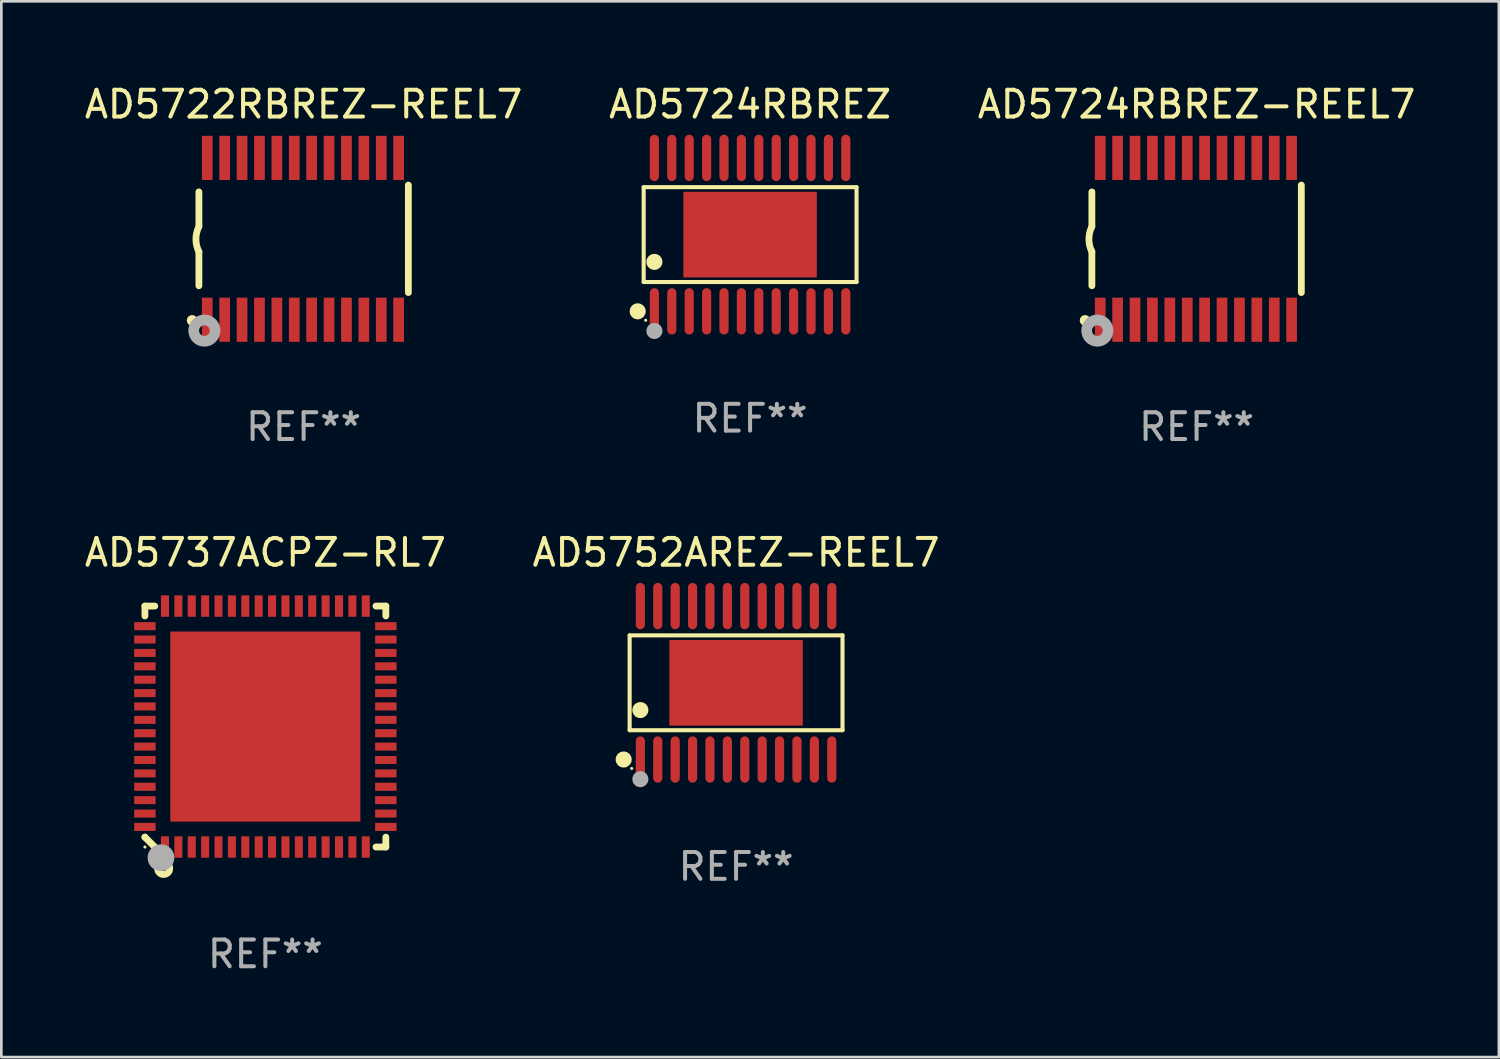
<source format=kicad_pcb>
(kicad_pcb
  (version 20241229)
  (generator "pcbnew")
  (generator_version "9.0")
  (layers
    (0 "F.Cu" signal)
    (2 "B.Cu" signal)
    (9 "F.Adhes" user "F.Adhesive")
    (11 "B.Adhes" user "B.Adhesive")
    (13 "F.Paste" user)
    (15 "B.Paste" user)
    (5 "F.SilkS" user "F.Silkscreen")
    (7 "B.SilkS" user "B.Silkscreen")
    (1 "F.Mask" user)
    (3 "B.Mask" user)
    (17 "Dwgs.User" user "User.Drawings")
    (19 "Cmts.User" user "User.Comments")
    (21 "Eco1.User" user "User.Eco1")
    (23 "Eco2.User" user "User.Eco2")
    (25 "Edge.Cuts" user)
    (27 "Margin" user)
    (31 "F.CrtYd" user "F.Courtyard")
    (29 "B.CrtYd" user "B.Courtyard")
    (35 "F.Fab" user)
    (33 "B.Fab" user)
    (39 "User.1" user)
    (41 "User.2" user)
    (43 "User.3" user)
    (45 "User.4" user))
  (footprint "AD5724RBREZ-REEL7"
    (layer "F.Cu")
    (at 41.649 5.871)
    (property "Reference" "AD5724RBREZ-REEL7" (at 0 -5.023 0) (layer "F.SilkS") (effects (font (size 1 1) (thickness 0.15))))
    (attr through_hole)
    (fp_line (start -3.912 -0.483) (end -3.912 -1.753) (stroke (width 0.254) (type solid)) (layer "F.SilkS"))
    (fp_line (start -3.912 1.753) (end -3.912 0.483) (stroke (width 0.254) (type solid)) (layer "F.SilkS"))
    (fp_line (start 3.912 -2.007) (end 3.912 2.007) (stroke (width 0.254) (type solid)) (layer "F.SilkS"))
    (fp_arc (start -3.911608 0.482601) (mid -4.022537 0.0127) (end -3.911608 -0.457201) (stroke (width 0.254001) (type solid)) (layer "F.SilkS"))
    (fp_circle (center -4.166 3.048) (end -4.066 3.048) (stroke (width 0.2) (type solid)) (fill no) (layer "F.SilkS"))
    (fp_circle (center -3.925 3.186) (end -3.895 3.186) (stroke (width 0.06) (type solid)) (fill no) (layer "F.SilkS"))
    (fp_circle (center -3.708 3.429) (end -3.509 3.429) (stroke (width 0.4) (type solid)) (fill no) (layer "F.Fab"))
    (fp_text user "REF**" (at 0 7.023 0) (layer "F.Fab") (effects (font (size 1 1) (thickness 0.15))))
    (pad "1" smd rect (at -3.6 3.023) (size 0.4 1.65) (layers "F.Cu" "F.Mask" "F.Paste"))
    (pad "2" smd rect (at -2.95 3.023) (size 0.4 1.65) (layers "F.Cu" "F.Mask" "F.Paste"))
    (pad "3" smd rect (at -2.3 3.023) (size 0.4 1.65) (layers "F.Cu" "F.Mask" "F.Paste"))
    (pad "4" smd rect (at -1.65 3.023) (size 0.4 1.65) (layers "F.Cu" "F.Mask" "F.Paste"))
    (pad "5" smd rect (at -1 3.023) (size 0.4 1.65) (layers "F.Cu" "F.Mask" "F.Paste"))
    (pad "6" smd rect (at -0.35 3.023) (size 0.4 1.65) (layers "F.Cu" "F.Mask" "F.Paste"))
    (pad "7" smd rect (at 0.299 3.023) (size 0.4 1.65) (layers "F.Cu" "F.Mask" "F.Paste"))
    (pad "8" smd rect (at 0.95 3.023) (size 0.4 1.65) (layers "F.Cu" "F.Mask" "F.Paste"))
    (pad "9" smd rect (at 1.6 3.023) (size 0.4 1.65) (layers "F.Cu" "F.Mask" "F.Paste"))
    (pad "10" smd rect (at 2.25 3.023) (size 0.4 1.65) (layers "F.Cu" "F.Mask" "F.Paste"))
    (pad "11" smd rect (at 2.9 3.023) (size 0.4 1.65) (layers "F.Cu" "F.Mask" "F.Paste"))
    (pad "12" smd rect (at 3.549 3.023) (size 0.4 1.65) (layers "F.Cu" "F.Mask" "F.Paste"))
    (pad "13" smd rect (at 3.549 -3.023) (size 0.4 1.65) (layers "F.Cu" "F.Mask" "F.Paste"))
    (pad "14" smd rect (at 2.9 -3.023) (size 0.4 1.65) (layers "F.Cu" "F.Mask" "F.Paste"))
    (pad "15" smd rect (at 2.25 -3.023) (size 0.4 1.65) (layers "F.Cu" "F.Mask" "F.Paste"))
    (pad "16" smd rect (at 1.6 -3.023) (size 0.4 1.65) (layers "F.Cu" "F.Mask" "F.Paste"))
    (pad "17" smd rect (at 0.95 -3.023) (size 0.4 1.65) (layers "F.Cu" "F.Mask" "F.Paste"))
    (pad "18" smd rect (at 0.299 -3.023) (size 0.4 1.65) (layers "F.Cu" "F.Mask" "F.Paste"))
    (pad "19" smd rect (at -0.35 -3.023) (size 0.4 1.65) (layers "F.Cu" "F.Mask" "F.Paste"))
    (pad "20" smd rect (at -1 -3.023) (size 0.4 1.65) (layers "F.Cu" "F.Mask" "F.Paste"))
    (pad "21" smd rect (at -1.65 -3.023) (size 0.4 1.65) (layers "F.Cu" "F.Mask" "F.Paste"))
    (pad "22" smd rect (at -2.3 -3.023) (size 0.4 1.65) (layers "F.Cu" "F.Mask" "F.Paste"))
    (pad "23" smd rect (at -2.95 -3.023) (size 0.4 1.65) (layers "F.Cu" "F.Mask" "F.Paste"))
    (pad "24" smd rect (at -3.6 -3.023) (size 0.4 1.65) (layers "F.Cu" "F.Mask" "F.Paste")))
  (footprint "AD5724RBREZ"
    (layer "F.Cu")
    (at 24.97 5.714)
    (property "Reference" "AD5724RBREZ" (at 0 -4.866 0) (layer "F.SilkS") (effects (font (size 1 1) (thickness 0.15))))
    (attr through_hole)
    (fp_line (start -3.976 -1.772) (end 3.976 -1.772) (stroke (width 0.152) (type solid)) (layer "F.SilkS"))
    (fp_line (start -3.976 1.771) (end -3.976 -1.772) (stroke (width 0.152) (type solid)) (layer "F.SilkS"))
    (fp_line (start 3.976 -1.772) (end 3.976 1.771) (stroke (width 0.152) (type solid)) (layer "F.SilkS"))
    (fp_line (start 3.976 1.771) (end -3.976 1.771) (stroke (width 0.152) (type solid)) (layer "F.SilkS"))
    (fp_circle (center -4.199 2.866) (end -4.049 2.866) (stroke (width 0.3) (type solid)) (fill no) (layer "F.SilkS"))
    (fp_circle (center -3.9 3.2) (end -3.87 3.2) (stroke (width 0.06) (type solid)) (fill no) (layer "F.SilkS"))
    (fp_circle (center -3.575 1.019) (end -3.425 1.019) (stroke (width 0.3) (type solid)) (fill no) (layer "F.SilkS"))
    (fp_circle (center -3.575 3.6) (end -3.425 3.6) (stroke (width 0.3) (type solid)) (fill no) (layer "F.Fab"))
    (fp_text user "REF**" (at 0 6.866 0) (layer "F.Fab") (effects (font (size 1 1) (thickness 0.15))))
    (pad "1" smd oval (at -3.575 2.866) (size 0.343 1.731) (layers "F.Cu" "F.Mask" "F.Paste"))
    (pad "2" smd oval (at -2.925 2.866) (size 0.343 1.731) (layers "F.Cu" "F.Mask" "F.Paste"))
    (pad "3" smd oval (at -2.275 2.866) (size 0.343 1.731) (layers "F.Cu" "F.Mask" "F.Paste"))
    (pad "4" smd oval (at -1.625 2.866) (size 0.343 1.731) (layers "F.Cu" "F.Mask" "F.Paste"))
    (pad "5" smd oval (at -0.975 2.866) (size 0.343 1.731) (layers "F.Cu" "F.Mask" "F.Paste"))
    (pad "6" smd oval (at -0.325 2.866) (size 0.343 1.731) (layers "F.Cu" "F.Mask" "F.Paste"))
    (pad "7" smd oval (at 0.325 2.866) (size 0.343 1.731) (layers "F.Cu" "F.Mask" "F.Paste"))
    (pad "8" smd oval (at 0.975 2.866) (size 0.343 1.731) (layers "F.Cu" "F.Mask" "F.Paste"))
    (pad "9" smd oval (at 1.625 2.866) (size 0.343 1.731) (layers "F.Cu" "F.Mask" "F.Paste"))
    (pad "10" smd oval (at 2.275 2.866) (size 0.343 1.731) (layers "F.Cu" "F.Mask" "F.Paste"))
    (pad "11" smd oval (at 2.925 2.866) (size 0.343 1.731) (layers "F.Cu" "F.Mask" "F.Paste"))
    (pad "12" smd oval (at 3.575 2.866) (size 0.343 1.731) (layers "F.Cu" "F.Mask" "F.Paste"))
    (pad "13" smd oval (at 3.575 -2.866) (size 0.343 1.731) (layers "F.Cu" "F.Mask" "F.Paste"))
    (pad "14" smd oval (at 2.925 -2.866) (size 0.343 1.731) (layers "F.Cu" "F.Mask" "F.Paste"))
    (pad "15" smd oval (at 2.275 -2.866) (size 0.343 1.731) (layers "F.Cu" "F.Mask" "F.Paste"))
    (pad "16" smd oval (at 1.625 -2.866) (size 0.343 1.731) (layers "F.Cu" "F.Mask" "F.Paste"))
    (pad "17" smd oval (at 0.975 -2.866) (size 0.343 1.731) (layers "F.Cu" "F.Mask" "F.Paste"))
    (pad "18" smd oval (at 0.325 -2.866) (size 0.343 1.731) (layers "F.Cu" "F.Mask" "F.Paste"))
    (pad "19" smd oval (at -0.325 -2.866) (size 0.343 1.731) (layers "F.Cu" "F.Mask" "F.Paste"))
    (pad "20" smd oval (at -0.975 -2.866) (size 0.343 1.731) (layers "F.Cu" "F.Mask" "F.Paste"))
    (pad "21" smd oval (at -1.625 -2.866) (size 0.343 1.731) (layers "F.Cu" "F.Mask" "F.Paste"))
    (pad "22" smd oval (at -2.275 -2.866) (size 0.343 1.731) (layers "F.Cu" "F.Mask" "F.Paste"))
    (pad "23" smd oval (at -2.925 -2.866) (size 0.343 1.731) (layers "F.Cu" "F.Mask" "F.Paste"))
    (pad "24" smd oval (at -3.575 -2.866) (size 0.343 1.731) (layers "F.Cu" "F.Mask" "F.Paste"))
    (pad "25" smd rect (at 0 -0.000127) (size 4.985 3.2) (layers "F.Cu" "F.Mask" "F.Paste")))
  (footprint "AD5737ACPZ-RL7"
    (layer "F.Cu")
    (at 6.863 24.09)
    (property "Reference" "AD5737ACPZ-RL7" (at 0 -6.5 0) (layer "F.SilkS") (effects (font (size 1 1) (thickness 0.15))))
    (attr through_hole)
    (fp_line (start -4.5 -4.5) (end -4.5 -4.131) (stroke (width 0.254) (type solid)) (layer "F.SilkS"))
    (fp_line (start -4.5 4.131) (end -4.5 4.131) (stroke (width 0.254) (type solid)) (layer "F.SilkS"))
    (fp_line (start -4.5 4.131) (end -4.131 4.5) (stroke (width 0.254) (type solid)) (layer "F.SilkS"))
    (fp_line (start -4.131 -4.5) (end -4.5 -4.5) (stroke (width 0.254) (type solid)) (layer "F.SilkS"))
    (fp_line (start 4.131 4.5) (end 4.5 4.5) (stroke (width 0.254) (type solid)) (layer "F.SilkS"))
    (fp_line (start 4.5 -4.5) (end 4.131 -4.5) (stroke (width 0.254) (type solid)) (layer "F.SilkS"))
    (fp_line (start 4.5 -4.131) (end 4.5 -4.5) (stroke (width 0.254) (type solid)) (layer "F.SilkS"))
    (fp_line (start 4.5 4.5) (end 4.5 4.131) (stroke (width 0.254) (type solid)) (layer "F.SilkS"))
    (fp_circle (center -4.5 4.5) (end -4.47 4.5) (stroke (width 0.06) (type solid)) (fill no) (layer "F.SilkS"))
    (fp_circle (center -3.8 5.3) (end -3.7 5.3) (stroke (width 0.254) (type solid)) (fill no) (layer "F.SilkS"))
    (fp_circle (center -3.9 4.9) (end -3.65 4.9) (stroke (width 0.5) (type solid)) (fill no) (layer "F.Fab"))
    (fp_text user "REF**" (at 0 8.5 0) (layer "F.Fab") (effects (font (size 1 1) (thickness 0.15))))
    (pad "1" smd rect (at -3.75 4.5) (size 0.3 0.8) (layers "F.Cu" "F.Mask" "F.Paste"))
    (pad "2" smd rect (at -3.25 4.5) (size 0.3 0.8) (layers "F.Cu" "F.Mask" "F.Paste"))
    (pad "3" smd rect (at -2.75 4.5) (size 0.3 0.8) (layers "F.Cu" "F.Mask" "F.Paste"))
    (pad "4" smd rect (at -2.25 4.5) (size 0.3 0.8) (layers "F.Cu" "F.Mask" "F.Paste"))
    (pad "5" smd rect (at -1.75 4.5) (size 0.3 0.8) (layers "F.Cu" "F.Mask" "F.Paste"))
    (pad "6" smd rect (at -1.25 4.5) (size 0.3 0.8) (layers "F.Cu" "F.Mask" "F.Paste"))
    (pad "7" smd rect (at -0.75 4.5) (size 0.3 0.8) (layers "F.Cu" "F.Mask" "F.Paste"))
    (pad "8" smd rect (at -0.25 4.5) (size 0.3 0.8) (layers "F.Cu" "F.Mask" "F.Paste"))
    (pad "9" smd rect (at 0.25 4.5) (size 0.3 0.8) (layers "F.Cu" "F.Mask" "F.Paste"))
    (pad "10" smd rect (at 0.75 4.5) (size 0.3 0.8) (layers "F.Cu" "F.Mask" "F.Paste"))
    (pad "11" smd rect (at 1.25 4.5) (size 0.3 0.8) (layers "F.Cu" "F.Mask" "F.Paste"))
    (pad "12" smd rect (at 1.75 4.5) (size 0.3 0.8) (layers "F.Cu" "F.Mask" "F.Paste"))
    (pad "13" smd rect (at 2.25 4.5) (size 0.3 0.8) (layers "F.Cu" "F.Mask" "F.Paste"))
    (pad "14" smd rect (at 2.75 4.5) (size 0.3 0.8) (layers "F.Cu" "F.Mask" "F.Paste"))
    (pad "15" smd rect (at 3.25 4.5) (size 0.3 0.8) (layers "F.Cu" "F.Mask" "F.Paste"))
    (pad "16" smd rect (at 3.75 4.5) (size 0.3 0.8) (layers "F.Cu" "F.Mask" "F.Paste"))
    (pad "17" smd rect (at 4.5 3.75) (size 0.8 0.3) (layers "F.Cu" "F.Mask" "F.Paste"))
    (pad "18" smd rect (at 4.5 3.25) (size 0.8 0.3) (layers "F.Cu" "F.Mask" "F.Paste"))
    (pad "19" smd rect (at 4.5 2.75) (size 0.8 0.3) (layers "F.Cu" "F.Mask" "F.Paste"))
    (pad "20" smd rect (at 4.5 2.25) (size 0.8 0.3) (layers "F.Cu" "F.Mask" "F.Paste"))
    (pad "21" smd rect (at 4.5 1.75) (size 0.8 0.3) (layers "F.Cu" "F.Mask" "F.Paste"))
    (pad "22" smd rect (at 4.5 1.25) (size 0.8 0.3) (layers "F.Cu" "F.Mask" "F.Paste"))
    (pad "23" smd rect (at 4.5 0.75) (size 0.8 0.3) (layers "F.Cu" "F.Mask" "F.Paste"))
    (pad "24" smd rect (at 4.5 0.25) (size 0.8 0.3) (layers "F.Cu" "F.Mask" "F.Paste"))
    (pad "25" smd rect (at 4.5 -0.25) (size 0.8 0.3) (layers "F.Cu" "F.Mask" "F.Paste"))
    (pad "26" smd rect (at 4.5 -0.75) (size 0.8 0.3) (layers "F.Cu" "F.Mask" "F.Paste"))
    (pad "27" smd rect (at 4.5 -1.25) (size 0.8 0.3) (layers "F.Cu" "F.Mask" "F.Paste"))
    (pad "28" smd rect (at 4.5 -1.75) (size 0.8 0.3) (layers "F.Cu" "F.Mask" "F.Paste"))
    (pad "29" smd rect (at 4.5 -2.25) (size 0.8 0.3) (layers "F.Cu" "F.Mask" "F.Paste"))
    (pad "30" smd rect (at 4.5 -2.75) (size 0.8 0.3) (layers "F.Cu" "F.Mask" "F.Paste"))
    (pad "31" smd rect (at 4.5 -3.25) (size 0.8 0.3) (layers "F.Cu" "F.Mask" "F.Paste"))
    (pad "32" smd rect (at 4.5 -3.75) (size 0.8 0.3) (layers "F.Cu" "F.Mask" "F.Paste"))
    (pad "33" smd rect (at 3.75 -4.5) (size 0.3 0.8) (layers "F.Cu" "F.Mask" "F.Paste"))
    (pad "34" smd rect (at 3.25 -4.5) (size 0.3 0.8) (layers "F.Cu" "F.Mask" "F.Paste"))
    (pad "35" smd rect (at 2.75 -4.5) (size 0.3 0.8) (layers "F.Cu" "F.Mask" "F.Paste"))
    (pad "36" smd rect (at 2.25 -4.5) (size 0.3 0.8) (layers "F.Cu" "F.Mask" "F.Paste"))
    (pad "37" smd rect (at 1.75 -4.5) (size 0.3 0.8) (layers "F.Cu" "F.Mask" "F.Paste"))
    (pad "38" smd rect (at 1.25 -4.5) (size 0.3 0.8) (layers "F.Cu" "F.Mask" "F.Paste"))
    (pad "39" smd rect (at 0.75 -4.5) (size 0.3 0.8) (layers "F.Cu" "F.Mask" "F.Paste"))
    (pad "40" smd rect (at 0.25 -4.5) (size 0.3 0.8) (layers "F.Cu" "F.Mask" "F.Paste"))
    (pad "41" smd rect (at -0.25 -4.5) (size 0.3 0.8) (layers "F.Cu" "F.Mask" "F.Paste"))
    (pad "42" smd rect (at -0.75 -4.5) (size 0.3 0.8) (layers "F.Cu" "F.Mask" "F.Paste"))
    (pad "43" smd rect (at -1.25 -4.5) (size 0.3 0.8) (layers "F.Cu" "F.Mask" "F.Paste"))
    (pad "44" smd rect (at -1.75 -4.5) (size 0.3 0.8) (layers "F.Cu" "F.Mask" "F.Paste"))
    (pad "45" smd rect (at -2.25 -4.5) (size 0.3 0.8) (layers "F.Cu" "F.Mask" "F.Paste"))
    (pad "46" smd rect (at -2.75 -4.5) (size 0.3 0.8) (layers "F.Cu" "F.Mask" "F.Paste"))
    (pad "47" smd rect (at -3.25 -4.5) (size 0.3 0.8) (layers "F.Cu" "F.Mask" "F.Paste"))
    (pad "48" smd rect (at -3.75 -4.5) (size 0.3 0.8) (layers "F.Cu" "F.Mask" "F.Paste"))
    (pad "49" smd rect (at -4.5 -3.75) (size 0.8 0.3) (layers "F.Cu" "F.Mask" "F.Paste"))
    (pad "50" smd rect (at -4.5 -3.25) (size 0.8 0.3) (layers "F.Cu" "F.Mask" "F.Paste"))
    (pad "51" smd rect (at -4.5 -2.75) (size 0.8 0.3) (layers "F.Cu" "F.Mask" "F.Paste"))
    (pad "52" smd rect (at -4.5 -2.25) (size 0.8 0.3) (layers "F.Cu" "F.Mask" "F.Paste"))
    (pad "53" smd rect (at -4.5 -1.75) (size 0.8 0.3) (layers "F.Cu" "F.Mask" "F.Paste"))
    (pad "54" smd rect (at -4.5 -1.25) (size 0.8 0.3) (layers "F.Cu" "F.Mask" "F.Paste"))
    (pad "55" smd rect (at -4.5 -0.75) (size 0.8 0.3) (layers "F.Cu" "F.Mask" "F.Paste"))
    (pad "56" smd rect (at -4.5 -0.25) (size 0.8 0.3) (layers "F.Cu" "F.Mask" "F.Paste"))
    (pad "57" smd rect (at -4.5 0.25) (size 0.8 0.3) (layers "F.Cu" "F.Mask" "F.Paste"))
    (pad "58" smd rect (at -4.5 0.75) (size 0.8 0.3) (layers "F.Cu" "F.Mask" "F.Paste"))
    (pad "59" smd rect (at -4.5 1.25) (size 0.8 0.3) (layers "F.Cu" "F.Mask" "F.Paste"))
    (pad "60" smd rect (at -4.5 1.75) (size 0.8 0.3) (layers "F.Cu" "F.Mask" "F.Paste"))
    (pad "61" smd rect (at -4.5 2.25) (size 0.8 0.3) (layers "F.Cu" "F.Mask" "F.Paste"))
    (pad "62" smd rect (at -4.5 2.75) (size 0.8 0.3) (layers "F.Cu" "F.Mask" "F.Paste"))
    (pad "63" smd rect (at -4.5 3.25) (size 0.8 0.3) (layers "F.Cu" "F.Mask" "F.Paste"))
    (pad "64" smd rect (at -4.5 3.75) (size 0.8 0.3) (layers "F.Cu" "F.Mask" "F.Paste"))
    (pad "65" smd rect (at -0.001 0.001) (size 7.1 7.1) (layers "F.Cu" "F.Mask" "F.Paste")))
  (footprint "AD5722RBREZ-REEL7"
    (layer "F.Cu")
    (at 8.292 5.871)
    (property "Reference" "AD5722RBREZ-REEL7" (at 0 -5.023 0) (layer "F.SilkS") (effects (font (size 1 1) (thickness 0.15))))
    (attr through_hole)
    (fp_line (start -3.912 -0.483) (end -3.912 -1.753) (stroke (width 0.254) (type solid)) (layer "F.SilkS"))
    (fp_line (start -3.912 1.753) (end -3.912 0.483) (stroke (width 0.254) (type solid)) (layer "F.SilkS"))
    (fp_line (start 3.912 -2.007) (end 3.912 2.007) (stroke (width 0.254) (type solid)) (layer "F.SilkS"))
    (fp_arc (start -3.911608 0.482601) (mid -4.022537 0.0127) (end -3.911608 -0.457201) (stroke (width 0.254001) (type solid)) (layer "F.SilkS"))
    (fp_circle (center -4.166 3.048) (end -4.066 3.048) (stroke (width 0.2) (type solid)) (fill no) (layer "F.SilkS"))
    (fp_circle (center -3.925 3.186) (end -3.895 3.186) (stroke (width 0.06) (type solid)) (fill no) (layer "F.SilkS"))
    (fp_circle (center -3.708 3.429) (end -3.509 3.429) (stroke (width 0.4) (type solid)) (fill no) (layer "F.Fab"))
    (fp_text user "REF**" (at 0 7.023 0) (layer "F.Fab") (effects (font (size 1 1) (thickness 0.15))))
    (pad "1" smd rect (at -3.6 3.023) (size 0.4 1.65) (layers "F.Cu" "F.Mask" "F.Paste"))
    (pad "2" smd rect (at -2.95 3.023) (size 0.4 1.65) (layers "F.Cu" "F.Mask" "F.Paste"))
    (pad "3" smd rect (at -2.3 3.023) (size 0.4 1.65) (layers "F.Cu" "F.Mask" "F.Paste"))
    (pad "4" smd rect (at -1.65 3.023) (size 0.4 1.65) (layers "F.Cu" "F.Mask" "F.Paste"))
    (pad "5" smd rect (at -1 3.023) (size 0.4 1.65) (layers "F.Cu" "F.Mask" "F.Paste"))
    (pad "6" smd rect (at -0.35 3.023) (size 0.4 1.65) (layers "F.Cu" "F.Mask" "F.Paste"))
    (pad "7" smd rect (at 0.299 3.023) (size 0.4 1.65) (layers "F.Cu" "F.Mask" "F.Paste"))
    (pad "8" smd rect (at 0.95 3.023) (size 0.4 1.65) (layers "F.Cu" "F.Mask" "F.Paste"))
    (pad "9" smd rect (at 1.6 3.023) (size 0.4 1.65) (layers "F.Cu" "F.Mask" "F.Paste"))
    (pad "10" smd rect (at 2.25 3.023) (size 0.4 1.65) (layers "F.Cu" "F.Mask" "F.Paste"))
    (pad "11" smd rect (at 2.9 3.023) (size 0.4 1.65) (layers "F.Cu" "F.Mask" "F.Paste"))
    (pad "12" smd rect (at 3.549 3.023) (size 0.4 1.65) (layers "F.Cu" "F.Mask" "F.Paste"))
    (pad "13" smd rect (at 3.549 -3.023) (size 0.4 1.65) (layers "F.Cu" "F.Mask" "F.Paste"))
    (pad "14" smd rect (at 2.9 -3.023) (size 0.4 1.65) (layers "F.Cu" "F.Mask" "F.Paste"))
    (pad "15" smd rect (at 2.25 -3.023) (size 0.4 1.65) (layers "F.Cu" "F.Mask" "F.Paste"))
    (pad "16" smd rect (at 1.6 -3.023) (size 0.4 1.65) (layers "F.Cu" "F.Mask" "F.Paste"))
    (pad "17" smd rect (at 0.95 -3.023) (size 0.4 1.65) (layers "F.Cu" "F.Mask" "F.Paste"))
    (pad "18" smd rect (at 0.299 -3.023) (size 0.4 1.65) (layers "F.Cu" "F.Mask" "F.Paste"))
    (pad "19" smd rect (at -0.35 -3.023) (size 0.4 1.65) (layers "F.Cu" "F.Mask" "F.Paste"))
    (pad "20" smd rect (at -1 -3.023) (size 0.4 1.65) (layers "F.Cu" "F.Mask" "F.Paste"))
    (pad "21" smd rect (at -1.65 -3.023) (size 0.4 1.65) (layers "F.Cu" "F.Mask" "F.Paste"))
    (pad "22" smd rect (at -2.3 -3.023) (size 0.4 1.65) (layers "F.Cu" "F.Mask" "F.Paste"))
    (pad "23" smd rect (at -2.95 -3.023) (size 0.4 1.65) (layers "F.Cu" "F.Mask" "F.Paste"))
    (pad "24" smd rect (at -3.6 -3.023) (size 0.4 1.65) (layers "F.Cu" "F.Mask" "F.Paste")))
  (footprint "AD5752AREZ-REEL7"
    (layer "F.Cu")
    (at 24.446 22.456)
    (property "Reference" "AD5752AREZ-REEL7" (at 0 -4.866 0) (layer "F.SilkS") (effects (font (size 1 1) (thickness 0.15))))
    (attr through_hole)
    (fp_line (start -3.976 -1.772) (end 3.976 -1.772) (stroke (width 0.152) (type solid)) (layer "F.SilkS"))
    (fp_line (start -3.976 1.771) (end -3.976 -1.772) (stroke (width 0.152) (type solid)) (layer "F.SilkS"))
    (fp_line (start 3.976 -1.772) (end 3.976 1.771) (stroke (width 0.152) (type solid)) (layer "F.SilkS"))
    (fp_line (start 3.976 1.771) (end -3.976 1.771) (stroke (width 0.152) (type solid)) (layer "F.SilkS"))
    (fp_circle (center -4.199 2.866) (end -4.049 2.866) (stroke (width 0.3) (type solid)) (fill no) (layer "F.SilkS"))
    (fp_circle (center -3.9 3.2) (end -3.87 3.2) (stroke (width 0.06) (type solid)) (fill no) (layer "F.SilkS"))
    (fp_circle (center -3.575 1.019) (end -3.425 1.019) (stroke (width 0.3) (type solid)) (fill no) (layer "F.SilkS"))
    (fp_circle (center -3.575 3.6) (end -3.425 3.6) (stroke (width 0.3) (type solid)) (fill no) (layer "F.Fab"))
    (fp_text user "REF**" (at 0 6.866 0) (layer "F.Fab") (effects (font (size 1 1) (thickness 0.15))))
    (pad "1" smd oval (at -3.575 2.866) (size 0.343 1.731) (layers "F.Cu" "F.Mask" "F.Paste"))
    (pad "2" smd oval (at -2.925 2.866) (size 0.343 1.731) (layers "F.Cu" "F.Mask" "F.Paste"))
    (pad "3" smd oval (at -2.275 2.866) (size 0.343 1.731) (layers "F.Cu" "F.Mask" "F.Paste"))
    (pad "4" smd oval (at -1.625 2.866) (size 0.343 1.731) (layers "F.Cu" "F.Mask" "F.Paste"))
    (pad "5" smd oval (at -0.975 2.866) (size 0.343 1.731) (layers "F.Cu" "F.Mask" "F.Paste"))
    (pad "6" smd oval (at -0.325 2.866) (size 0.343 1.731) (layers "F.Cu" "F.Mask" "F.Paste"))
    (pad "7" smd oval (at 0.325 2.866) (size 0.343 1.731) (layers "F.Cu" "F.Mask" "F.Paste"))
    (pad "8" smd oval (at 0.975 2.866) (size 0.343 1.731) (layers "F.Cu" "F.Mask" "F.Paste"))
    (pad "9" smd oval (at 1.625 2.866) (size 0.343 1.731) (layers "F.Cu" "F.Mask" "F.Paste"))
    (pad "10" smd oval (at 2.275 2.866) (size 0.343 1.731) (layers "F.Cu" "F.Mask" "F.Paste"))
    (pad "11" smd oval (at 2.925 2.866) (size 0.343 1.731) (layers "F.Cu" "F.Mask" "F.Paste"))
    (pad "12" smd oval (at 3.575 2.866) (size 0.343 1.731) (layers "F.Cu" "F.Mask" "F.Paste"))
    (pad "13" smd oval (at 3.575 -2.866) (size 0.343 1.731) (layers "F.Cu" "F.Mask" "F.Paste"))
    (pad "14" smd oval (at 2.925 -2.866) (size 0.343 1.731) (layers "F.Cu" "F.Mask" "F.Paste"))
    (pad "15" smd oval (at 2.275 -2.866) (size 0.343 1.731) (layers "F.Cu" "F.Mask" "F.Paste"))
    (pad "16" smd oval (at 1.625 -2.866) (size 0.343 1.731) (layers "F.Cu" "F.Mask" "F.Paste"))
    (pad "17" smd oval (at 0.975 -2.866) (size 0.343 1.731) (layers "F.Cu" "F.Mask" "F.Paste"))
    (pad "18" smd oval (at 0.325 -2.866) (size 0.343 1.731) (layers "F.Cu" "F.Mask" "F.Paste"))
    (pad "19" smd oval (at -0.325 -2.866) (size 0.343 1.731) (layers "F.Cu" "F.Mask" "F.Paste"))
    (pad "20" smd oval (at -0.975 -2.866) (size 0.343 1.731) (layers "F.Cu" "F.Mask" "F.Paste"))
    (pad "21" smd oval (at -1.625 -2.866) (size 0.343 1.731) (layers "F.Cu" "F.Mask" "F.Paste"))
    (pad "22" smd oval (at -2.275 -2.866) (size 0.343 1.731) (layers "F.Cu" "F.Mask" "F.Paste"))
    (pad "23" smd oval (at -2.925 -2.866) (size 0.343 1.731) (layers "F.Cu" "F.Mask" "F.Paste"))
    (pad "24" smd oval (at -3.575 -2.866) (size 0.343 1.731) (layers "F.Cu" "F.Mask" "F.Paste"))
    (pad "25" smd rect (at 0 -0.000127) (size 4.985 3.2) (layers "F.Cu" "F.Mask" "F.Paste")))
  (gr_rect
    (start -3 -3)
    (end 52.94 36.438)
    (stroke (width 0.1) (type default))
    (fill no)
    (layer "Edge.Cuts")))
</source>
